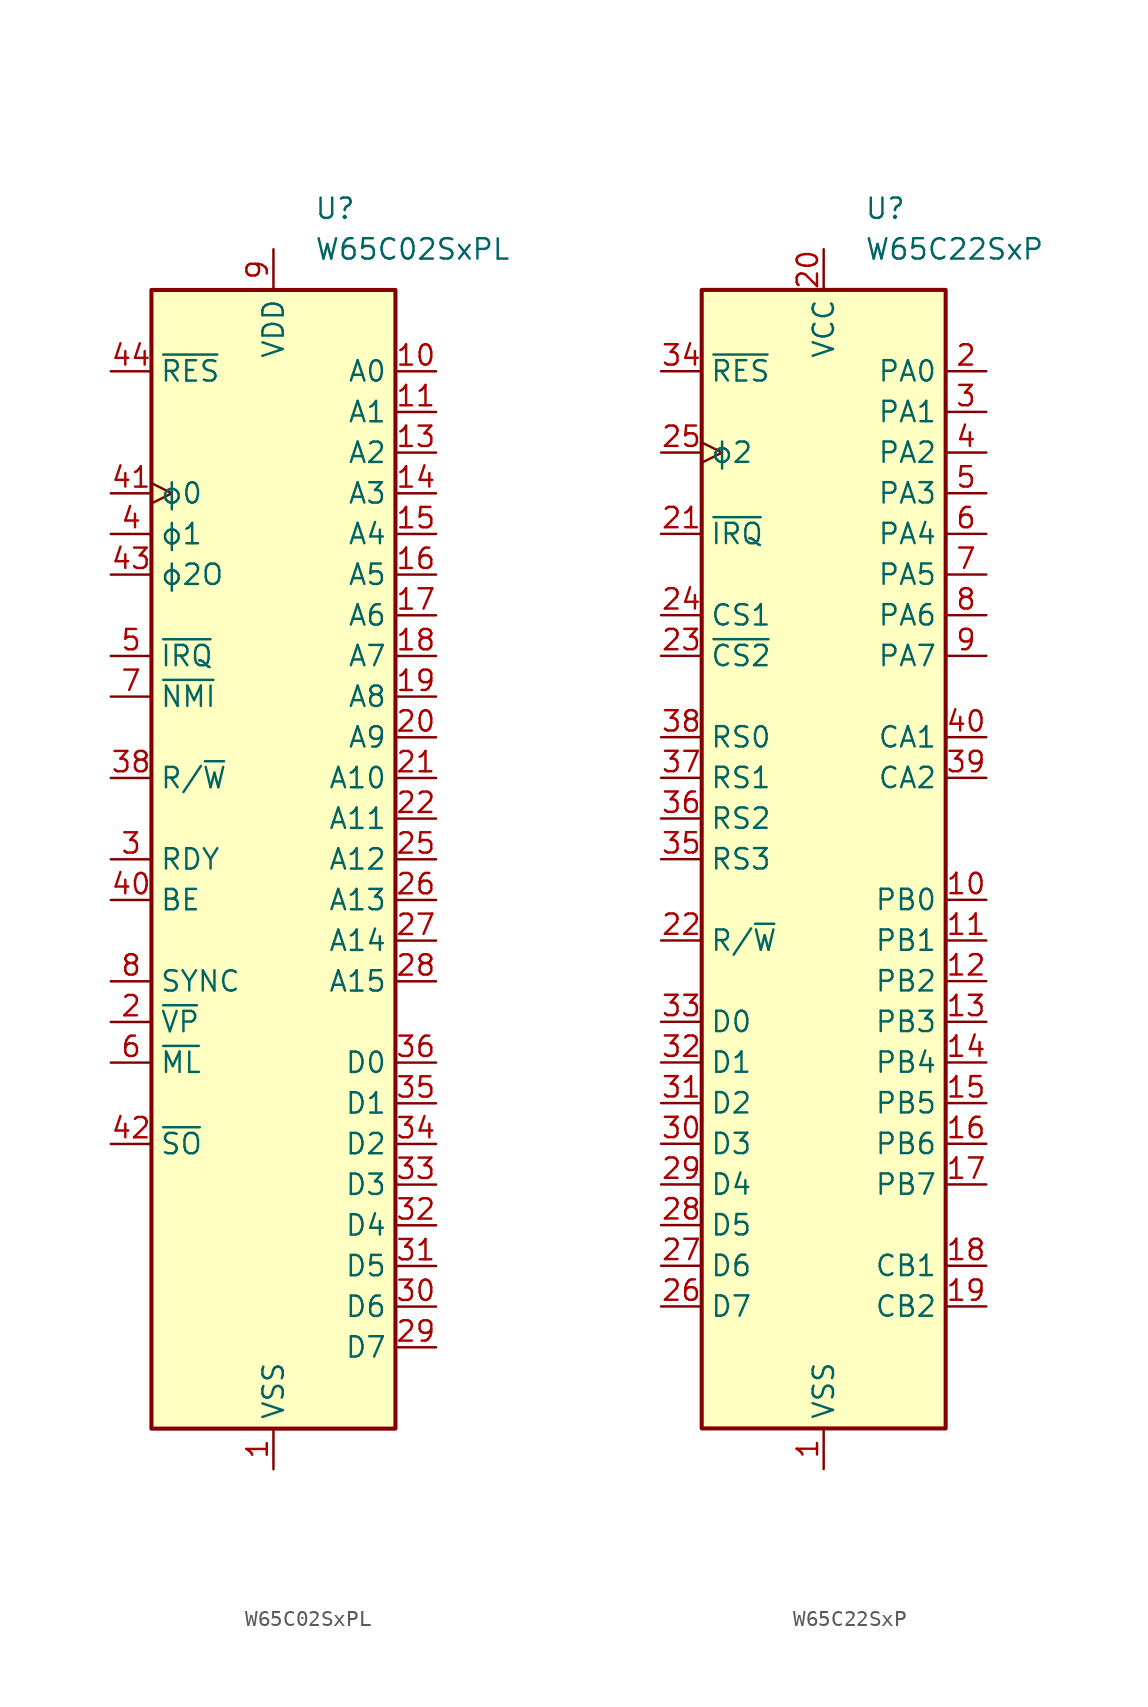
<source format=kicad_sym>
(kicad_symbol_lib
  (version 20220914)
  (generator kicad_symbol_editor)
  (symbol "W65C02SxPL"
    (property "Reference" "U"
      (at 2.54 40.64 0)
      (effects (font (size 1.27 1.27)) (justify left)))
    (property "Value" "W65C02SxPL"
      (at 2.54 38.1 0)
      (effects (font (size 1.27 1.27)) (justify left)))
    (symbol "W65C02SxPL_0_1"
      (rectangle (start -7.62 35.56) (end 7.62 -35.56) (stroke (width 0.254) (type default)) (fill (type background))))
    (symbol "W65C02SxPL_1_1"
      (pin power_in line (at 0 -38.1 90) (length 2.54) (name "VSS" (effects (font (size 1.27 1.27)))) (number "1" (effects (font (size 1.27 1.27)))))
      (pin tri_state line (at 10.16 30.48 180) (length 2.54) (name "A0" (effects (font (size 1.27 1.27)))) (number "10" (effects (font (size 1.27 1.27)))))
      (pin tri_state line (at 10.16 27.94 180) (length 2.54) (name "A1" (effects (font (size 1.27 1.27)))) (number "11" (effects (font (size 1.27 1.27)))))
      (pin no_connect non_logic (at -7.62 -25.4 0) (length 2.54) hide (name "nc" (effects (font (size 1.27 1.27)))) (number "12" (effects (font (size 1.27 1.27)))))
      (pin tri_state line (at 10.16 25.4 180) (length 2.54) (name "A2" (effects (font (size 1.27 1.27)))) (number "13" (effects (font (size 1.27 1.27)))))
      (pin tri_state line (at 10.16 22.86 180) (length 2.54) (name "A3" (effects (font (size 1.27 1.27)))) (number "14" (effects (font (size 1.27 1.27)))))
      (pin tri_state line (at 10.16 20.32 180) (length 2.54) (name "A4" (effects (font (size 1.27 1.27)))) (number "15" (effects (font (size 1.27 1.27)))))
      (pin tri_state line (at 10.16 17.78 180) (length 2.54) (name "A5" (effects (font (size 1.27 1.27)))) (number "16" (effects (font (size 1.27 1.27)))))
      (pin tri_state line (at 10.16 15.24 180) (length 2.54) (name "A6" (effects (font (size 1.27 1.27)))) (number "17" (effects (font (size 1.27 1.27)))))
      (pin tri_state line (at 10.16 12.7 180) (length 2.54) (name "A7" (effects (font (size 1.27 1.27)))) (number "18" (effects (font (size 1.27 1.27)))))
      (pin tri_state line (at 10.16 10.16 180) (length 2.54) (name "A8" (effects (font (size 1.27 1.27)))) (number "19" (effects (font (size 1.27 1.27)))))
      (pin output line (at -10.16 -10.16 0) (length 2.54) (name "~{VP}" (effects (font (size 1.27 1.27)))) (number "2" (effects (font (size 1.27 1.27)))))
      (pin tri_state line (at 10.16 7.62 180) (length 2.54) (name "A9" (effects (font (size 1.27 1.27)))) (number "20" (effects (font (size 1.27 1.27)))))
      (pin tri_state line (at 10.16 5.08 180) (length 2.54) (name "A10" (effects (font (size 1.27 1.27)))) (number "21" (effects (font (size 1.27 1.27)))))
      (pin tri_state line (at 10.16 2.54 180) (length 2.54) (name "A11" (effects (font (size 1.27 1.27)))) (number "22" (effects (font (size 1.27 1.27)))))
      (pin passive line (at 0 -38.1 90) (length 2.54) hide (name "VSS" (effects (font (size 1.27 1.27)))) (number "23" (effects (font (size 1.27 1.27)))))
      (pin passive line (at 0 -38.1 90) (length 2.54) hide (name "VSS" (effects (font (size 1.27 1.27)))) (number "24" (effects (font (size 1.27 1.27)))))
      (pin tri_state line (at 10.16 0 180) (length 2.54) (name "A12" (effects (font (size 1.27 1.27)))) (number "25" (effects (font (size 1.27 1.27)))))
      (pin tri_state line (at 10.16 -2.54 180) (length 2.54) (name "A13" (effects (font (size 1.27 1.27)))) (number "26" (effects (font (size 1.27 1.27)))))
      (pin tri_state line (at 10.16 -5.08 180) (length 2.54) (name "A14" (effects (font (size 1.27 1.27)))) (number "27" (effects (font (size 1.27 1.27)))))
      (pin tri_state line (at 10.16 -7.62 180) (length 2.54) (name "A15" (effects (font (size 1.27 1.27)))) (number "28" (effects (font (size 1.27 1.27)))))
      (pin bidirectional line (at 10.16 -30.48 180) (length 2.54) (name "D7" (effects (font (size 1.27 1.27)))) (number "29" (effects (font (size 1.27 1.27)))))
      (pin open_collector line (at -10.16 0 0) (length 2.54) (name "RDY" (effects (font (size 1.27 1.27)))) (number "3" (effects (font (size 1.27 1.27)))))
      (pin bidirectional line (at 10.16 -27.94 180) (length 2.54) (name "D6" (effects (font (size 1.27 1.27)))) (number "30" (effects (font (size 1.27 1.27)))))
      (pin bidirectional line (at 10.16 -25.4 180) (length 2.54) (name "D5" (effects (font (size 1.27 1.27)))) (number "31" (effects (font (size 1.27 1.27)))))
      (pin bidirectional line (at 10.16 -22.86 180) (length 2.54) (name "D4" (effects (font (size 1.27 1.27)))) (number "32" (effects (font (size 1.27 1.27)))))
      (pin bidirectional line (at 10.16 -20.32 180) (length 2.54) (name "D3" (effects (font (size 1.27 1.27)))) (number "33" (effects (font (size 1.27 1.27)))))
      (pin bidirectional line (at 10.16 -17.78 180) (length 2.54) (name "D2" (effects (font (size 1.27 1.27)))) (number "34" (effects (font (size 1.27 1.27)))))
      (pin bidirectional line (at 10.16 -15.24 180) (length 2.54) (name "D1" (effects (font (size 1.27 1.27)))) (number "35" (effects (font (size 1.27 1.27)))))
      (pin bidirectional line (at 10.16 -12.7 180) (length 2.54) (name "D0" (effects (font (size 1.27 1.27)))) (number "36" (effects (font (size 1.27 1.27)))))
      (pin passive line (at 0 38.1 270) (length 2.54) hide (name "VDD" (effects (font (size 1.27 1.27)))) (number "37" (effects (font (size 1.27 1.27)))))
      (pin tri_state line (at -10.16 5.08 0) (length 2.54) (name "R/~{W}" (effects (font (size 1.27 1.27)))) (number "38" (effects (font (size 1.27 1.27)))))
      (pin no_connect non_logic (at -7.62 -27.94 0) (length 2.54) hide (name "nc" (effects (font (size 1.27 1.27)))) (number "39" (effects (font (size 1.27 1.27)))))
      (pin output line (at -10.16 20.32 0) (length 2.54) (name "ϕ1" (effects (font (size 1.27 1.27)))) (number "4" (effects (font (size 1.27 1.27)))))
      (pin input line (at -10.16 -2.54 0) (length 2.54) (name "BE" (effects (font (size 1.27 1.27)))) (number "40" (effects (font (size 1.27 1.27)))))
      (pin input clock (at -10.16 22.86 0) (length 2.54) (name "ϕ0" (effects (font (size 1.27 1.27)))) (number "41" (effects (font (size 1.27 1.27)))))
      (pin input line (at -10.16 -17.78 0) (length 2.54) (name "~{SO}" (effects (font (size 1.27 1.27)))) (number "42" (effects (font (size 1.27 1.27)))))
      (pin output line (at -10.16 17.78 0) (length 2.54) (name "ϕ2O" (effects (font (size 1.27 1.27)))) (number "43" (effects (font (size 1.27 1.27)))))
      (pin input line (at -10.16 30.48 0) (length 2.54) (name "~{RES}" (effects (font (size 1.27 1.27)))) (number "44" (effects (font (size 1.27 1.27)))))
      (pin input line (at -10.16 12.7 0) (length 2.54) (name "~{IRQ}" (effects (font (size 1.27 1.27)))) (number "5" (effects (font (size 1.27 1.27)))))
      (pin output line (at -10.16 -12.7 0) (length 2.54) (name "~{ML}" (effects (font (size 1.27 1.27)))) (number "6" (effects (font (size 1.27 1.27)))))
      (pin input line (at -10.16 10.16 0) (length 2.54) (name "~{NMI}" (effects (font (size 1.27 1.27)))) (number "7" (effects (font (size 1.27 1.27)))))
      (pin output line (at -10.16 -7.62 0) (length 2.54) (name "SYNC" (effects (font (size 1.27 1.27)))) (number "8" (effects (font (size 1.27 1.27)))))
      (pin power_in line (at 0 38.1 270) (length 2.54) (name "VDD" (effects (font (size 1.27 1.27)))) (number "9" (effects (font (size 1.27 1.27)))))))
  (symbol "W65C22SxP"
    (property "Reference" "U"
      (at 2.54 40.64 0)
      (effects (font (size 1.27 1.27)) (justify left)))
    (property "Value" "W65C22SxP"
      (at 2.54 38.1 0)
      (effects (font (size 1.27 1.27)) (justify left)))
    (symbol "W65C22SxP_0_1"
      (rectangle (start -7.62 35.56) (end 7.62 -35.56) (stroke (width 0.254) (type default)) (fill (type background))))
    (symbol "W65C22SxP_1_1"
      (pin power_in line (at 0 -38.1 90) (length 2.54) (name "VSS" (effects (font (size 1.27 1.27)))) (number "1" (effects (font (size 1.27 1.27)))))
      (pin bidirectional line (at 10.16 -2.54 180) (length 2.54) (name "PB0" (effects (font (size 1.27 1.27)))) (number "10" (effects (font (size 1.27 1.27)))))
      (pin bidirectional line (at 10.16 -5.08 180) (length 2.54) (name "PB1" (effects (font (size 1.27 1.27)))) (number "11" (effects (font (size 1.27 1.27)))))
      (pin bidirectional line (at 10.16 -7.62 180) (length 2.54) (name "PB2" (effects (font (size 1.27 1.27)))) (number "12" (effects (font (size 1.27 1.27)))))
      (pin bidirectional line (at 10.16 -10.16 180) (length 2.54) (name "PB3" (effects (font (size 1.27 1.27)))) (number "13" (effects (font (size 1.27 1.27)))))
      (pin bidirectional line (at 10.16 -12.7 180) (length 2.54) (name "PB4" (effects (font (size 1.27 1.27)))) (number "14" (effects (font (size 1.27 1.27)))))
      (pin bidirectional line (at 10.16 -15.24 180) (length 2.54) (name "PB5" (effects (font (size 1.27 1.27)))) (number "15" (effects (font (size 1.27 1.27)))))
      (pin bidirectional line (at 10.16 -17.78 180) (length 2.54) (name "PB6" (effects (font (size 1.27 1.27)))) (number "16" (effects (font (size 1.27 1.27)))))
      (pin bidirectional line (at 10.16 -20.32 180) (length 2.54) (name "PB7" (effects (font (size 1.27 1.27)))) (number "17" (effects (font (size 1.27 1.27)))))
      (pin input line (at 10.16 -25.4 180) (length 2.54) (name "CB1" (effects (font (size 1.27 1.27)))) (number "18" (effects (font (size 1.27 1.27)))))
      (pin bidirectional line (at 10.16 -27.94 180) (length 2.54) (name "CB2" (effects (font (size 1.27 1.27)))) (number "19" (effects (font (size 1.27 1.27)))))
      (pin bidirectional line (at 10.16 30.48 180) (length 2.54) (name "PA0" (effects (font (size 1.27 1.27)))) (number "2" (effects (font (size 1.27 1.27)))))
      (pin power_in line (at 0 38.1 270) (length 2.54) (name "VCC" (effects (font (size 1.27 1.27)))) (number "20" (effects (font (size 1.27 1.27)))))
      (pin output line (at -10.16 20.32 0) (length 2.54) (name "~{IRQ}" (effects (font (size 1.27 1.27)))) (number "21" (effects (font (size 1.27 1.27)))))
      (pin input line (at -10.16 -5.08 0) (length 2.54) (name "R/~{W}" (effects (font (size 1.27 1.27)))) (number "22" (effects (font (size 1.27 1.27)))))
      (pin input line (at -10.16 12.7 0) (length 2.54) (name "~{CS2}" (effects (font (size 1.27 1.27)))) (number "23" (effects (font (size 1.27 1.27)))))
      (pin input line (at -10.16 15.24 0) (length 2.54) (name "CS1" (effects (font (size 1.27 1.27)))) (number "24" (effects (font (size 1.27 1.27)))))
      (pin input clock (at -10.16 25.4 0) (length 2.54) (name "ϕ2" (effects (font (size 1.27 1.27)))) (number "25" (effects (font (size 1.27 1.27)))))
      (pin bidirectional line (at -10.16 -27.94 0) (length 2.54) (name "D7" (effects (font (size 1.27 1.27)))) (number "26" (effects (font (size 1.27 1.27)))))
      (pin bidirectional line (at -10.16 -25.4 0) (length 2.54) (name "D6" (effects (font (size 1.27 1.27)))) (number "27" (effects (font (size 1.27 1.27)))))
      (pin bidirectional line (at -10.16 -22.86 0) (length 2.54) (name "D5" (effects (font (size 1.27 1.27)))) (number "28" (effects (font (size 1.27 1.27)))))
      (pin bidirectional line (at -10.16 -20.32 0) (length 2.54) (name "D4" (effects (font (size 1.27 1.27)))) (number "29" (effects (font (size 1.27 1.27)))))
      (pin bidirectional line (at 10.16 27.94 180) (length 2.54) (name "PA1" (effects (font (size 1.27 1.27)))) (number "3" (effects (font (size 1.27 1.27)))))
      (pin bidirectional line (at -10.16 -17.78 0) (length 2.54) (name "D3" (effects (font (size 1.27 1.27)))) (number "30" (effects (font (size 1.27 1.27)))))
      (pin bidirectional line (at -10.16 -15.24 0) (length 2.54) (name "D2" (effects (font (size 1.27 1.27)))) (number "31" (effects (font (size 1.27 1.27)))))
      (pin bidirectional line (at -10.16 -12.7 0) (length 2.54) (name "D1" (effects (font (size 1.27 1.27)))) (number "32" (effects (font (size 1.27 1.27)))))
      (pin bidirectional line (at -10.16 -10.16 0) (length 2.54) (name "D0" (effects (font (size 1.27 1.27)))) (number "33" (effects (font (size 1.27 1.27)))))
      (pin input line (at -10.16 30.48 0) (length 2.54) (name "~{RES}" (effects (font (size 1.27 1.27)))) (number "34" (effects (font (size 1.27 1.27)))))
      (pin input line (at -10.16 0 0) (length 2.54) (name "RS3" (effects (font (size 1.27 1.27)))) (number "35" (effects (font (size 1.27 1.27)))))
      (pin input line (at -10.16 2.54 0) (length 2.54) (name "RS2" (effects (font (size 1.27 1.27)))) (number "36" (effects (font (size 1.27 1.27)))))
      (pin input line (at -10.16 5.08 0) (length 2.54) (name "RS1" (effects (font (size 1.27 1.27)))) (number "37" (effects (font (size 1.27 1.27)))))
      (pin input line (at -10.16 7.62 0) (length 2.54) (name "RS0" (effects (font (size 1.27 1.27)))) (number "38" (effects (font (size 1.27 1.27)))))
      (pin bidirectional line (at 10.16 5.08 180) (length 2.54) (name "CA2" (effects (font (size 1.27 1.27)))) (number "39" (effects (font (size 1.27 1.27)))))
      (pin bidirectional line (at 10.16 25.4 180) (length 2.54) (name "PA2" (effects (font (size 1.27 1.27)))) (number "4" (effects (font (size 1.27 1.27)))))
      (pin input line (at 10.16 7.62 180) (length 2.54) (name "CA1" (effects (font (size 1.27 1.27)))) (number "40" (effects (font (size 1.27 1.27)))))
      (pin bidirectional line (at 10.16 22.86 180) (length 2.54) (name "PA3" (effects (font (size 1.27 1.27)))) (number "5" (effects (font (size 1.27 1.27)))))
      (pin bidirectional line (at 10.16 20.32 180) (length 2.54) (name "PA4" (effects (font (size 1.27 1.27)))) (number "6" (effects (font (size 1.27 1.27)))))
      (pin bidirectional line (at 10.16 17.78 180) (length 2.54) (name "PA5" (effects (font (size 1.27 1.27)))) (number "7" (effects (font (size 1.27 1.27)))))
      (pin bidirectional line (at 10.16 15.24 180) (length 2.54) (name "PA6" (effects (font (size 1.27 1.27)))) (number "8" (effects (font (size 1.27 1.27)))))
      (pin bidirectional line (at 10.16 12.7 180) (length 2.54) (name "PA7" (effects (font (size 1.27 1.27)))) (number "9" (effects (font (size 1.27 1.27))))))))
</source>
